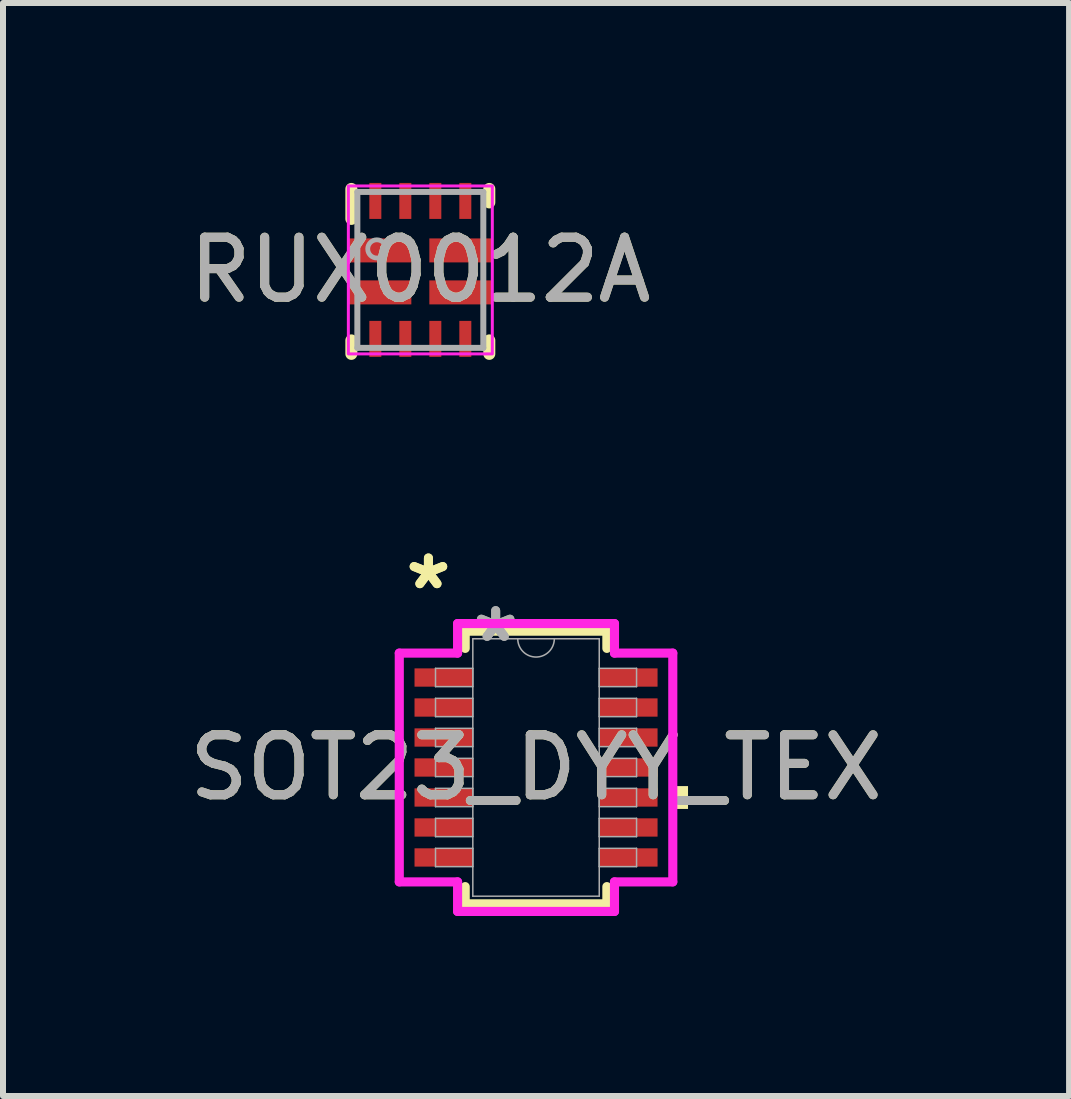
<source format=kicad_pcb>
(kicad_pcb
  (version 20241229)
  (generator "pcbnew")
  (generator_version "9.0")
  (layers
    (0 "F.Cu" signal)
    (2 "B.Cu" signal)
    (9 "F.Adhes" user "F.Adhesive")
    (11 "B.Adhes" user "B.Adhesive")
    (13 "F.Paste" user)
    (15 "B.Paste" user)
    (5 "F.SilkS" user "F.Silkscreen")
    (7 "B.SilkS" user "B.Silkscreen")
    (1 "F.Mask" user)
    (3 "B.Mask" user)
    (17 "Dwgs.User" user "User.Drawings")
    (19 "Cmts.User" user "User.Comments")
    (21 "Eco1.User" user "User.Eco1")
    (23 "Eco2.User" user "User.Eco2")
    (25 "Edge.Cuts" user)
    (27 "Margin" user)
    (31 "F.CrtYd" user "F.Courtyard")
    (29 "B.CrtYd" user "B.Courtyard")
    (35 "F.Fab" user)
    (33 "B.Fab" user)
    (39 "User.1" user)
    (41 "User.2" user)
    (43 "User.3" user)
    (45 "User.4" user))
  (footprint "SOT23_DYY_TEX"
    (layer "F.Cu")
    (at 5.887 9.746)
    (property "Reference" "SOT23_DYY_TEX" (at 0 0 0) (unlocked yes) (layer "F.SilkS") (effects (font (size 1 1) (thickness 0.15))))
    (attr smd)
    (fp_line (start -1.181 -2.273) (end -1.181 -1.986) (stroke (width 0.152) (type solid)) (layer "F.SilkS"))
    (fp_line (start -1.181 1.986) (end -1.181 2.273) (stroke (width 0.152) (type solid)) (layer "F.SilkS"))
    (fp_line (start -1.181 2.273) (end 1.181 2.273) (stroke (width 0.152) (type solid)) (layer "F.SilkS"))
    (fp_line (start 1.181 -2.273) (end -1.181 -2.273) (stroke (width 0.152) (type solid)) (layer "F.SilkS"))
    (fp_line (start 1.181 -1.986) (end 1.181 -2.273) (stroke (width 0.152) (type solid)) (layer "F.SilkS"))
    (fp_line (start 1.181 2.273) (end 1.181 1.986) (stroke (width 0.152) (type solid)) (layer "F.SilkS"))
    (fp_poly (pts (xy 2.534 0.31) (xy 2.534 0.691) (xy 2.28 0.691) (xy 2.28 0.31)) (stroke (width 0) (type solid)) (fill yes) (layer "F.SilkS"))
    (fp_line (start -2.28 -1.907) (end -1.308 -1.907) (stroke (width 0.152) (type solid)) (layer "F.CrtYd"))
    (fp_line (start -2.28 1.907) (end -2.28 -1.907) (stroke (width 0.152) (type solid)) (layer "F.CrtYd"))
    (fp_line (start -2.28 1.907) (end -1.308 1.907) (stroke (width 0.152) (type solid)) (layer "F.CrtYd"))
    (fp_line (start -1.308 -2.4) (end 1.308 -2.4) (stroke (width 0.152) (type solid)) (layer "F.CrtYd"))
    (fp_line (start -1.308 -1.907) (end -1.308 -2.4) (stroke (width 0.152) (type solid)) (layer "F.CrtYd"))
    (fp_line (start -1.308 2.4) (end -1.308 1.907) (stroke (width 0.152) (type solid)) (layer "F.CrtYd"))
    (fp_line (start 1.308 -2.4) (end 1.308 -1.907) (stroke (width 0.152) (type solid)) (layer "F.CrtYd"))
    (fp_line (start 1.308 1.907) (end 1.308 2.4) (stroke (width 0.152) (type solid)) (layer "F.CrtYd"))
    (fp_line (start 1.308 2.4) (end -1.308 2.4) (stroke (width 0.152) (type solid)) (layer "F.CrtYd"))
    (fp_line (start 2.28 -1.907) (end 1.308 -1.907) (stroke (width 0.152) (type solid)) (layer "F.CrtYd"))
    (fp_line (start 2.28 -1.907) (end 2.28 1.907) (stroke (width 0.152) (type solid)) (layer "F.CrtYd"))
    (fp_line (start 2.28 1.907) (end 1.308 1.907) (stroke (width 0.152) (type solid)) (layer "F.CrtYd"))
    (fp_line (start -1.676 -1.653) (end -1.676 -1.348) (stroke (width 0.025) (type solid)) (layer "F.Fab"))
    (fp_line (start -1.676 -1.348) (end -1.054 -1.348) (stroke (width 0.025) (type solid)) (layer "F.Fab"))
    (fp_line (start -1.676 -1.153) (end -1.676 -0.848) (stroke (width 0.025) (type solid)) (layer "F.Fab"))
    (fp_line (start -1.676 -0.848) (end -1.054 -0.848) (stroke (width 0.025) (type solid)) (layer "F.Fab"))
    (fp_line (start -1.676 -0.653) (end -1.676 -0.348) (stroke (width 0.025) (type solid)) (layer "F.Fab"))
    (fp_line (start -1.676 -0.348) (end -1.054 -0.348) (stroke (width 0.025) (type solid)) (layer "F.Fab"))
    (fp_line (start -1.676 -0.152) (end -1.676 0.152) (stroke (width 0.025) (type solid)) (layer "F.Fab"))
    (fp_line (start -1.676 0.152) (end -1.054 0.152) (stroke (width 0.025) (type solid)) (layer "F.Fab"))
    (fp_line (start -1.676 0.348) (end -1.676 0.653) (stroke (width 0.025) (type solid)) (layer "F.Fab"))
    (fp_line (start -1.676 0.653) (end -1.054 0.653) (stroke (width 0.025) (type solid)) (layer "F.Fab"))
    (fp_line (start -1.676 0.848) (end -1.676 1.153) (stroke (width 0.025) (type solid)) (layer "F.Fab"))
    (fp_line (start -1.676 1.153) (end -1.054 1.153) (stroke (width 0.025) (type solid)) (layer "F.Fab"))
    (fp_line (start -1.676 1.348) (end -1.676 1.653) (stroke (width 0.025) (type solid)) (layer "F.Fab"))
    (fp_line (start -1.676 1.653) (end -1.054 1.653) (stroke (width 0.025) (type solid)) (layer "F.Fab"))
    (fp_line (start -1.054 -2.146) (end -1.054 2.146) (stroke (width 0.025) (type solid)) (layer "F.Fab"))
    (fp_line (start -1.054 -1.653) (end -1.676 -1.653) (stroke (width 0.025) (type solid)) (layer "F.Fab"))
    (fp_line (start -1.054 -1.348) (end -1.054 -1.653) (stroke (width 0.025) (type solid)) (layer "F.Fab"))
    (fp_line (start -1.054 -1.153) (end -1.676 -1.153) (stroke (width 0.025) (type solid)) (layer "F.Fab"))
    (fp_line (start -1.054 -0.848) (end -1.054 -1.153) (stroke (width 0.025) (type solid)) (layer "F.Fab"))
    (fp_line (start -1.054 -0.653) (end -1.676 -0.653) (stroke (width 0.025) (type solid)) (layer "F.Fab"))
    (fp_line (start -1.054 -0.348) (end -1.054 -0.653) (stroke (width 0.025) (type solid)) (layer "F.Fab"))
    (fp_line (start -1.054 -0.152) (end -1.676 -0.152) (stroke (width 0.025) (type solid)) (layer "F.Fab"))
    (fp_line (start -1.054 0.152) (end -1.054 -0.152) (stroke (width 0.025) (type solid)) (layer "F.Fab"))
    (fp_line (start -1.054 0.348) (end -1.676 0.348) (stroke (width 0.025) (type solid)) (layer "F.Fab"))
    (fp_line (start -1.054 0.653) (end -1.054 0.348) (stroke (width 0.025) (type solid)) (layer "F.Fab"))
    (fp_line (start -1.054 0.848) (end -1.676 0.848) (stroke (width 0.025) (type solid)) (layer "F.Fab"))
    (fp_line (start -1.054 1.153) (end -1.054 0.848) (stroke (width 0.025) (type solid)) (layer "F.Fab"))
    (fp_line (start -1.054 1.348) (end -1.676 1.348) (stroke (width 0.025) (type solid)) (layer "F.Fab"))
    (fp_line (start -1.054 1.653) (end -1.054 1.348) (stroke (width 0.025) (type solid)) (layer "F.Fab"))
    (fp_line (start -1.054 2.146) (end 1.054 2.146) (stroke (width 0.025) (type solid)) (layer "F.Fab"))
    (fp_line (start 1.054 -2.146) (end -1.054 -2.146) (stroke (width 0.025) (type solid)) (layer "F.Fab"))
    (fp_line (start 1.054 -1.653) (end 1.054 -1.348) (stroke (width 0.025) (type solid)) (layer "F.Fab"))
    (fp_line (start 1.054 -1.348) (end 1.676 -1.348) (stroke (width 0.025) (type solid)) (layer "F.Fab"))
    (fp_line (start 1.054 -1.153) (end 1.054 -0.848) (stroke (width 0.025) (type solid)) (layer "F.Fab"))
    (fp_line (start 1.054 -0.848) (end 1.676 -0.848) (stroke (width 0.025) (type solid)) (layer "F.Fab"))
    (fp_line (start 1.054 -0.653) (end 1.054 -0.348) (stroke (width 0.025) (type solid)) (layer "F.Fab"))
    (fp_line (start 1.054 -0.348) (end 1.676 -0.348) (stroke (width 0.025) (type solid)) (layer "F.Fab"))
    (fp_line (start 1.054 -0.152) (end 1.054 0.152) (stroke (width 0.025) (type solid)) (layer "F.Fab"))
    (fp_line (start 1.054 0.152) (end 1.676 0.152) (stroke (width 0.025) (type solid)) (layer "F.Fab"))
    (fp_line (start 1.054 0.348) (end 1.054 0.653) (stroke (width 0.025) (type solid)) (layer "F.Fab"))
    (fp_line (start 1.054 0.653) (end 1.676 0.653) (stroke (width 0.025) (type solid)) (layer "F.Fab"))
    (fp_line (start 1.054 0.848) (end 1.054 1.153) (stroke (width 0.025) (type solid)) (layer "F.Fab"))
    (fp_line (start 1.054 1.153) (end 1.676 1.153) (stroke (width 0.025) (type solid)) (layer "F.Fab"))
    (fp_line (start 1.054 1.348) (end 1.054 1.653) (stroke (width 0.025) (type solid)) (layer "F.Fab"))
    (fp_line (start 1.054 1.653) (end 1.676 1.653) (stroke (width 0.025) (type solid)) (layer "F.Fab"))
    (fp_line (start 1.054 2.146) (end 1.054 -2.146) (stroke (width 0.025) (type solid)) (layer "F.Fab"))
    (fp_line (start 1.676 -1.653) (end 1.054 -1.653) (stroke (width 0.025) (type solid)) (layer "F.Fab"))
    (fp_line (start 1.676 -1.348) (end 1.676 -1.653) (stroke (width 0.025) (type solid)) (layer "F.Fab"))
    (fp_line (start 1.676 -1.153) (end 1.054 -1.153) (stroke (width 0.025) (type solid)) (layer "F.Fab"))
    (fp_line (start 1.676 -0.848) (end 1.676 -1.153) (stroke (width 0.025) (type solid)) (layer "F.Fab"))
    (fp_line (start 1.676 -0.653) (end 1.054 -0.653) (stroke (width 0.025) (type solid)) (layer "F.Fab"))
    (fp_line (start 1.676 -0.348) (end 1.676 -0.653) (stroke (width 0.025) (type solid)) (layer "F.Fab"))
    (fp_line (start 1.676 -0.152) (end 1.054 -0.152) (stroke (width 0.025) (type solid)) (layer "F.Fab"))
    (fp_line (start 1.676 0.152) (end 1.676 -0.152) (stroke (width 0.025) (type solid)) (layer "F.Fab"))
    (fp_line (start 1.676 0.348) (end 1.054 0.348) (stroke (width 0.025) (type solid)) (layer "F.Fab"))
    (fp_line (start 1.676 0.653) (end 1.676 0.348) (stroke (width 0.025) (type solid)) (layer "F.Fab"))
    (fp_line (start 1.676 0.848) (end 1.054 0.848) (stroke (width 0.025) (type solid)) (layer "F.Fab"))
    (fp_line (start 1.676 1.153) (end 1.676 0.848) (stroke (width 0.025) (type solid)) (layer "F.Fab"))
    (fp_line (start 1.676 1.348) (end 1.054 1.348) (stroke (width 0.025) (type solid)) (layer "F.Fab"))
    (fp_line (start 1.676 1.653) (end 1.676 1.348) (stroke (width 0.025) (type solid)) (layer "F.Fab"))
    (fp_arc (start 0.3048 -2.1463) (mid 0 -1.8415) (end -0.3048 -2.1463) (stroke (width 0.0254) (type solid)) (layer "F.Fab"))
    (fp_text user "*" (at -1.794 -2.948 0) (layer "F.SilkS") (effects (font (size 1 1) (thickness 0.15))))
    (fp_text user "*" (at -1.794 -2.948 0) (unlocked yes) (layer "F.SilkS") (effects (font (size 1 1) (thickness 0.15))))
    (fp_text user "*" (at -0.673 -2.07 0) (layer "F.Fab") (effects (font (size 1 1) (thickness 0.15))))
    (fp_text user "*" (at -0.673 -2.07 0) (unlocked yes) (layer "F.Fab") (effects (font (size 1 1) (thickness 0.15))))
    (fp_text user "${REFERENCE}" (at 0 0 0) (unlocked yes) (layer "F.Fab") (effects (font (size 1 1) (thickness 0.15))))
    (pad "1" smd rect (at -1.54 -1.5) (size 0.972 0.305) (layers "F.Cu" "F.Mask" "F.Paste"))
    (pad "2" smd rect (at -1.54 -1) (size 0.972 0.305) (layers "F.Cu" "F.Mask" "F.Paste"))
    (pad "3" smd rect (at -1.54 -0.5) (size 0.972 0.305) (layers "F.Cu" "F.Mask" "F.Paste"))
    (pad "4" smd rect (at -1.54 0) (size 0.972 0.305) (layers "F.Cu" "F.Mask" "F.Paste"))
    (pad "5" smd rect (at -1.54 0.5) (size 0.972 0.305) (layers "F.Cu" "F.Mask" "F.Paste"))
    (pad "6" smd rect (at -1.54 1) (size 0.972 0.305) (layers "F.Cu" "F.Mask" "F.Paste"))
    (pad "7" smd rect (at -1.54 1.5) (size 0.972 0.305) (layers "F.Cu" "F.Mask" "F.Paste"))
    (pad "8" smd rect (at 1.54 1.5) (size 0.972 0.305) (layers "F.Cu" "F.Mask" "F.Paste"))
    (pad "9" smd rect (at 1.54 1) (size 0.972 0.305) (layers "F.Cu" "F.Mask" "F.Paste"))
    (pad "10" smd rect (at 1.54 0.5) (size 0.972 0.305) (layers "F.Cu" "F.Mask" "F.Paste"))
    (pad "11" smd rect (at 1.54 0) (size 0.972 0.305) (layers "F.Cu" "F.Mask" "F.Paste"))
    (pad "12" smd rect (at 1.54 -0.5) (size 0.972 0.305) (layers "F.Cu" "F.Mask" "F.Paste"))
    (pad "13" smd rect (at 1.54 -1) (size 0.972 0.305) (layers "F.Cu" "F.Mask" "F.Paste"))
    (pad "14" smd rect (at 1.54 -1.5) (size 0.972 0.305) (layers "F.Cu" "F.Mask" "F.Paste")))
  (footprint "RUX0012A"
    (layer "F.Cu")
    (at 3.958 1.45)
    (property "Reference" "RUX0012A" (at 0 0 0) (unlocked yes) (layer "F.SilkS") (effects (font (size 1 1) (thickness 0.15))))
    (attr smd)
    (fp_line (start -1.15 -0.85) (end -1.15 -1.35) (stroke (width 0.2) (type solid)) (layer "F.SilkS"))
    (fp_line (start -1.15 1.4) (end -1.15 1.175) (stroke (width 0.2) (type solid)) (layer "F.SilkS"))
    (fp_line (start 1.15 -1.125) (end 1.15 -1.35) (stroke (width 0.2) (type solid)) (layer "F.SilkS"))
    (fp_line (start 1.15 1.4) (end 1.15 1.175) (stroke (width 0.2) (type solid)) (layer "F.SilkS"))
    (fp_rect (start -1.2 -1.4) (end 1.2 1.4) (stroke (width 0.05) (type default)) (fill no) (layer "F.CrtYd"))
    (fp_line (start -1.05 -1.3) (end 1.05 -1.3) (stroke (width 0.1) (type solid)) (layer "F.Fab"))
    (fp_line (start -1.05 1.3) (end -1.05 -1.3) (stroke (width 0.1) (type solid)) (layer "F.Fab"))
    (fp_line (start -1.05 1.3) (end 1.05 1.3) (stroke (width 0.1) (type solid)) (layer "F.Fab"))
    (fp_line (start 1.05 1.3) (end 1.05 -1.3) (stroke (width 0.1) (type solid)) (layer "F.Fab"))
    (fp_circle (center -0.725 -0.35) (end -0.573 -0.35) (stroke (width 0.08) (type solid)) (fill no) (layer "F.Fab"))
    (fp_text user "${REFERENCE}" (at 0 0 0) (unlocked yes) (layer "F.Fab") (effects (font (size 1 1) (thickness 0.15))))
    (pad "1" smd rect (at -0.675 -0.325) (size 1.05 0.4) (layers "F.Cu" "F.Mask" "F.Paste"))
    (pad "2" smd rect (at -0.675 0.375) (size 1.05 0.4) (layers "F.Cu" "F.Mask" "F.Paste"))
    (pad "3" smd rect (at -0.75 1.15 90) (size 0.6 0.2) (layers "F.Cu" "F.Mask" "F.Paste"))
    (pad "4" smd rect (at -0.25 1.15 90) (size 0.6 0.2) (layers "F.Cu" "F.Mask" "F.Paste"))
    (pad "5" smd rect (at 0.25 1.15 90) (size 0.6 0.2) (layers "F.Cu" "F.Mask" "F.Paste"))
    (pad "6" smd rect (at 0.75 1.15 90) (size 0.6 0.2) (layers "F.Cu" "F.Mask" "F.Paste"))
    (pad "7" smd rect (at 0.675 0.375) (size 1.05 0.4) (layers "F.Cu" "F.Mask" "F.Paste"))
    (pad "8" smd rect (at 0.675 -0.325) (size 1.05 0.4) (layers "F.Cu" "F.Mask" "F.Paste"))
    (pad "9" smd rect (at 0.75 -1.15 90) (size 0.6 0.2) (layers "F.Cu" "F.Mask" "F.Paste"))
    (pad "10" smd rect (at 0.25 -1.15 90) (size 0.6 0.2) (layers "F.Cu" "F.Mask" "F.Paste"))
    (pad "11" smd rect (at -0.25 -1.15 90) (size 0.6 0.2) (layers "F.Cu" "F.Mask" "F.Paste"))
    (pad "12" smd rect (at -0.75 -1.15 90) (size 0.6 0.2) (layers "F.Cu" "F.Mask" "F.Paste")))
  (gr_rect
    (start -3 -3)
    (end 14.774 15.223)
    (stroke (width 0.1) (type default))
    (fill no)
    (layer "Edge.Cuts")))
</source>
